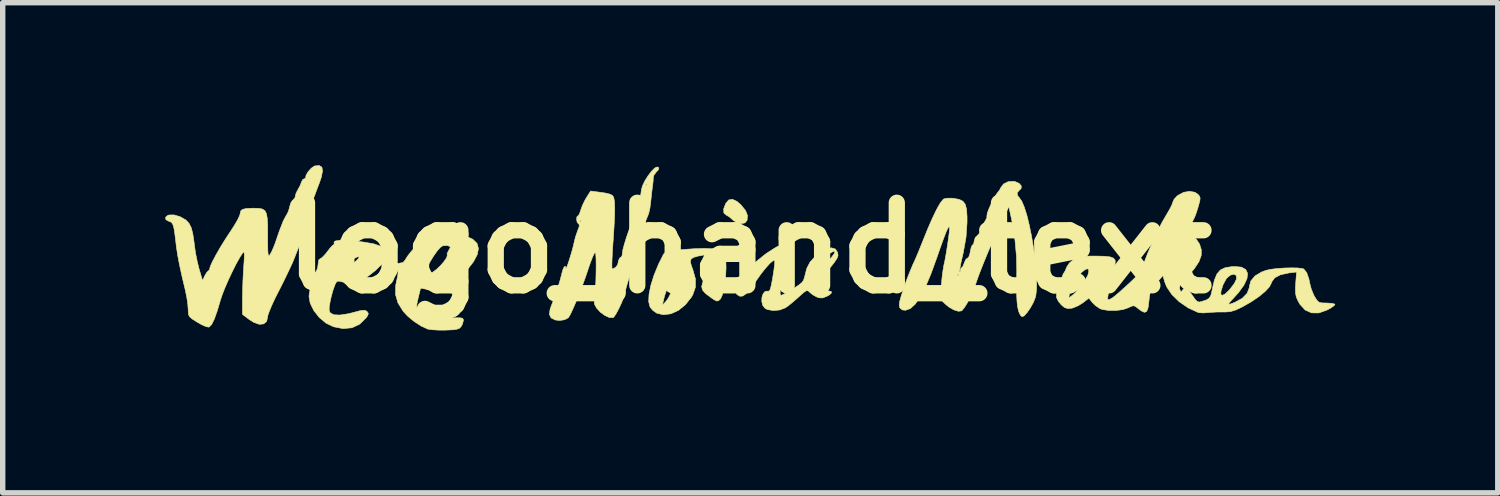
<source format=kicad_pcb>
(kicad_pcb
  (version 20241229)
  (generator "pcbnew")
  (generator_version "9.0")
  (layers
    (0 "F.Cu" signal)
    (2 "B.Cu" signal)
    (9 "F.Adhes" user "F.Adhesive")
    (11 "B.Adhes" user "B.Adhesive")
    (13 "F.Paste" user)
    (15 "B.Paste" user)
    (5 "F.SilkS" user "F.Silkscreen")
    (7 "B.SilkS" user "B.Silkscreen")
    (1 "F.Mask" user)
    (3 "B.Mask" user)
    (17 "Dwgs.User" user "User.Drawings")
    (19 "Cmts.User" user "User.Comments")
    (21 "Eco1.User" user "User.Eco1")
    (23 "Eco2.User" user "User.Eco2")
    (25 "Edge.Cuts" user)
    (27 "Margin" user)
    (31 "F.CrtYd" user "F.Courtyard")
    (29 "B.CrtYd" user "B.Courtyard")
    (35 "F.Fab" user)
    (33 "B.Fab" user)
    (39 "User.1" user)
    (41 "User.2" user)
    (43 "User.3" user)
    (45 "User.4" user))
  (footprint "logo_hand_text"
    (layer "F.Cu")
    (at 10.781 1.527)
    (property "Reference" "logo_hand_text" (at 0 0 0) (layer "F.SilkS") (effects (font (size 1.524 1.524) (thickness 0.3))))
    (attr through_hole)
    (fp_poly (pts (xy -0.228 -0.859) (xy -0.159 -0.799) (xy -0.072 -0.694) (xy -0.034 -0.6) (xy -0.042 -0.51) (xy -0.082 -0.463) (xy -0.15 -0.449) (xy -0.23 -0.467) (xy -0.304 -0.515) (xy -0.31 -0.522) (xy -0.371 -0.575) (xy -0.427 -0.608) (xy -0.428 -0.608) (xy -0.471 -0.647) (xy -0.474 -0.72) (xy -0.437 -0.82) (xy -0.437 -0.82) (xy -0.382 -0.886) (xy -0.313 -0.899) (xy -0.228 -0.859)) (stroke (width 0.01) (type solid)) (fill yes) (layer "F.SilkS"))
    (fp_poly (pts (xy -0.683 0.015) (xy -0.581 0.04) (xy -0.51 0.083) (xy -0.462 0.148) (xy -0.449 0.176) (xy -0.433 0.252) (xy -0.43 0.363) (xy -0.436 0.496) (xy -0.451 0.634) (xy -0.473 0.764) (xy -0.5 0.869) (xy -0.53 0.936) (xy -0.536 0.943) (xy -0.57 0.974) (xy -0.601 0.979) (xy -0.646 0.958) (xy -0.708 0.916) (xy -0.809 0.84) (xy -0.865 0.776) (xy -0.88 0.712) (xy -0.861 0.633) (xy -0.836 0.576) (xy -0.778 0.441) (xy -0.734 0.309) (xy -0.709 0.199) (xy -0.706 0.159) (xy -0.713 0.126) (xy -0.747 0.117) (xy -0.811 0.125) (xy -0.947 0.15) (xy -1.034 0.175) (xy -1.078 0.208) (xy -1.088 0.258) (xy -1.069 0.331) (xy -1.044 0.397) (xy -0.995 0.57) (xy -0.995 0.723) (xy -1.045 0.866) (xy -1.068 0.906) (xy -1.181 1.048) (xy -1.311 1.153) (xy -1.449 1.215) (xy -1.588 1.232) (xy -1.707 1.204) (xy -1.781 1.153) (xy -1.833 1.09) (xy -1.842 1.053) (xy -1.605 1.053) (xy -1.546 0.994) (xy -1.497 0.927) (xy -1.454 0.841) (xy -1.449 0.827) (xy -1.424 0.728) (xy -1.413 0.63) (xy -1.413 0.621) (xy -1.414 0.522) (xy -1.482 0.666) (xy -1.527 0.774) (xy -1.565 0.885) (xy -1.577 0.932) (xy -1.605 1.053) (xy -1.842 1.053) (xy -1.858 0.992) (xy -1.852 0.856) (xy -1.819 0.691) (xy -1.76 0.503) (xy -1.677 0.301) (xy -1.583 0.113) (xy -1.558 0.088) (xy -1.51 0.068) (xy -1.43 0.051) (xy -1.312 0.037) (xy -1.149 0.023) (xy -1.012 0.014) (xy -0.824 0.008) (xy -0.683 0.015)) (stroke (width 0.01) (type solid)) (fill yes) (layer "F.SilkS"))
    (fp_poly (pts (xy -7.288 -0.128) (xy -7.126 -0.11) (xy -6.935 -0.077) (xy -6.799 -0.03) (xy -6.718 0.032) (xy -6.69 0.108) (xy -6.716 0.201) (xy -6.795 0.311) (xy -6.903 0.417) (xy -7.065 0.542) (xy -7.215 0.618) (xy -7.359 0.646) (xy -7.506 0.629) (xy -7.526 0.623) (xy -7.585 0.611) (xy -7.619 0.625) (xy -7.648 0.677) (xy -7.658 0.704) (xy -7.688 0.791) (xy -7.719 0.905) (xy -7.736 0.981) (xy -7.754 1.083) (xy -7.756 1.146) (xy -7.743 1.186) (xy -7.735 1.197) (xy -7.669 1.233) (xy -7.557 1.238) (xy -7.401 1.214) (xy -7.295 1.187) (xy -7.19 1.159) (xy -7.124 1.149) (xy -7.084 1.154) (xy -7.057 1.172) (xy -7.033 1.206) (xy -7.043 1.245) (xy -7.073 1.289) (xy -7.192 1.406) (xy -7.335 1.473) (xy -7.5 1.488) (xy -7.676 1.454) (xy -7.814 1.387) (xy -7.938 1.283) (xy -8.039 1.155) (xy -8.106 1.018) (xy -8.128 0.894) (xy -8.12 0.826) (xy -8.099 0.731) (xy -8.07 0.625) (xy -8.039 0.527) (xy -8.01 0.454) (xy -7.994 0.428) (xy -7.976 0.389) (xy -7.499 0.389) (xy -7.485 0.395) (xy -7.447 0.379) (xy -7.383 0.338) (xy -7.335 0.303) (xy -7.254 0.235) (xy -7.21 0.187) (xy -7.204 0.162) (xy -7.237 0.165) (xy -7.311 0.203) (xy -7.312 0.203) (xy -7.387 0.255) (xy -7.45 0.31) (xy -7.49 0.357) (xy -7.499 0.389) (xy -7.976 0.389) (xy -7.97 0.376) (xy -7.959 0.299) (xy -7.959 0.294) (xy -7.949 0.222) (xy -7.921 0.198) (xy -7.885 0.176) (xy -7.832 0.121) (xy -7.792 0.071) (xy -7.738 0.001) (xy -7.694 -0.046) (xy -7.676 -0.056) (xy -7.662 -0.077) (xy -7.666 -0.099) (xy -7.652 -0.126) (xy -7.583 -0.14) (xy -7.462 -0.14) (xy -7.288 -0.128)) (stroke (width 0.01) (type solid)) (fill yes) (layer "F.SilkS"))
    (fp_poly (pts (xy -5.552 -0.274) (xy -5.371 -0.249) (xy -5.219 -0.212) (xy -5.108 -0.163) (xy -5.101 -0.158) (xy -5.026 -0.084) (xy -5 0.01) (xy -5.022 0.122) (xy -5.093 0.256) (xy -5.215 0.412) (xy -5.33 0.537) (xy -5.459 0.657) (xy -5.571 0.735) (xy -5.681 0.775) (xy -5.8 0.783) (xy -5.909 0.77) (xy -6.068 0.742) (xy -6.093 0.844) (xy -6.121 0.96) (xy -6.136 1.034) (xy -6.139 1.081) (xy -6.132 1.113) (xy -6.124 1.129) (xy -6.085 1.167) (xy -6.012 1.212) (xy -5.951 1.241) (xy -5.869 1.272) (xy -5.792 1.29) (xy -5.701 1.296) (xy -5.577 1.295) (xy -5.54 1.293) (xy -5.417 1.288) (xy -5.34 1.289) (xy -5.299 1.296) (xy -5.282 1.312) (xy -5.278 1.339) (xy -5.278 1.339) (xy -5.296 1.407) (xy -5.322 1.453) (xy -5.351 1.482) (xy -5.396 1.499) (xy -5.469 1.51) (xy -5.583 1.515) (xy -5.61 1.516) (xy -5.733 1.516) (xy -5.843 1.51) (xy -5.92 1.5) (xy -5.935 1.497) (xy -6.056 1.442) (xy -6.187 1.357) (xy -6.309 1.256) (xy -6.39 1.168) (xy -6.486 1.013) (xy -6.531 0.859) (xy -6.528 0.694) (xy -6.512 0.613) (xy -6.49 0.511) (xy -6.486 0.473) (xy -5.991 0.473) (xy -5.983 0.505) (xy -5.939 0.498) (xy -5.857 0.454) (xy -5.834 0.44) (xy -5.767 0.389) (xy -5.697 0.322) (xy -5.635 0.249) (xy -5.591 0.185) (xy -5.575 0.141) (xy -5.578 0.132) (xy -5.577 0.099) (xy -5.549 0.044) (xy -5.549 0.044) (xy -5.52 -0.007) (xy -5.529 -0.03) (xy -5.575 -0.045) (xy -5.658 -0.041) (xy -5.702 -0.013) (xy -5.762 0.055) (xy -5.833 0.156) (xy -5.903 0.271) (xy -5.959 0.382) (xy -5.968 0.403) (xy -5.991 0.473) (xy -6.486 0.473) (xy -6.484 0.444) (xy -6.494 0.393) (xy -6.509 0.36) (xy -6.533 0.306) (xy -6.522 0.285) (xy -6.464 0.282) (xy -6.463 0.282) (xy -6.39 0.267) (xy -6.351 0.219) (xy -6.318 0.164) (xy -6.26 0.087) (xy -6.209 0.028) (xy -6.131 -0.059) (xy -6.057 -0.146) (xy -6.021 -0.191) (xy -5.979 -0.239) (xy -5.939 -0.266) (xy -5.883 -0.279) (xy -5.794 -0.282) (xy -5.749 -0.282) (xy -5.552 -0.274)) (stroke (width 0.01) (type solid)) (fill yes) (layer "F.SilkS"))
    (fp_poly (pts (xy 0.604 -0.044) (xy 0.64 -0.028) (xy 0.645 -0.025) (xy 0.688 0.008) (xy 0.709 0.051) (xy 0.708 0.117) (xy 0.687 0.214) (xy 0.649 0.34) (xy 0.619 0.447) (xy 0.595 0.564) (xy 0.578 0.678) (xy 0.569 0.777) (xy 0.569 0.846) (xy 0.582 0.875) (xy 0.583 0.875) (xy 0.618 0.861) (xy 0.687 0.824) (xy 0.777 0.771) (xy 0.805 0.754) (xy 0.906 0.689) (xy 0.968 0.64) (xy 1.001 0.594) (xy 1.018 0.54) (xy 1.019 0.536) (xy 1.058 0.382) (xy 1.074 0.35) (xy 1.298 0.35) (xy 1.315 0.36) (xy 1.359 0.334) (xy 1.42 0.28) (xy 1.489 0.206) (xy 1.507 0.185) (xy 1.565 0.107) (xy 1.581 0.065) (xy 1.557 0.061) (xy 1.492 0.095) (xy 1.481 0.102) (xy 1.429 0.148) (xy 1.372 0.217) (xy 1.324 0.287) (xy 1.299 0.342) (xy 1.298 0.35) (xy 1.074 0.35) (xy 1.12 0.261) (xy 1.215 0.156) (xy 1.31 0.081) (xy 1.421 0.017) (xy 1.515 -0.003) (xy 1.587 0.019) (xy 1.629 0.082) (xy 1.637 0.142) (xy 1.619 0.189) (xy 1.572 0.261) (xy 1.511 0.34) (xy 1.446 0.412) (xy 1.391 0.462) (xy 1.368 0.474) (xy 1.343 0.505) (xy 1.321 0.573) (xy 1.313 0.612) (xy 1.307 0.709) (xy 1.33 0.763) (xy 1.39 0.787) (xy 1.446 0.79) (xy 1.508 0.8) (xy 1.518 0.827) (xy 1.478 0.866) (xy 1.427 0.894) (xy 1.351 0.922) (xy 1.289 0.92) (xy 1.246 0.905) (xy 1.169 0.863) (xy 1.113 0.817) (xy 1.087 0.792) (xy 1.06 0.787) (xy 1.022 0.807) (xy 0.961 0.858) (xy 0.906 0.908) (xy 0.816 0.987) (xy 0.73 1.058) (xy 0.665 1.104) (xy 0.663 1.105) (xy 0.561 1.144) (xy 0.444 1.155) (xy 0.336 1.137) (xy 0.289 1.113) (xy 0.247 1.06) (xy 0.229 0.986) (xy 0.233 0.908) (xy 0.256 0.841) (xy 0.295 0.799) (xy 0.345 0.797) (xy 0.366 0.795) (xy 0.385 0.764) (xy 0.403 0.697) (xy 0.425 0.585) (xy 0.434 0.53) (xy 0.453 0.41) (xy 0.465 0.312) (xy 0.469 0.248) (xy 0.466 0.231) (xy 0.435 0.237) (xy 0.379 0.284) (xy 0.305 0.366) (xy 0.217 0.476) (xy 0.123 0.608) (xy 0.11 0.626) (xy 0.016 0.758) (xy -0.059 0.844) (xy -0.121 0.887) (xy -0.175 0.891) (xy -0.226 0.86) (xy -0.228 0.859) (xy -0.269 0.797) (xy -0.282 0.725) (xy -0.266 0.664) (xy -0.233 0.636) (xy -0.194 0.608) (xy -0.132 0.545) (xy -0.06 0.46) (xy -0.031 0.424) (xy 0.119 0.257) (xy 0.296 0.114) (xy 0.346 0.08) (xy 0.451 0.012) (xy 0.521 -0.029) (xy 0.568 -0.046) (xy 0.604 -0.044)) (stroke (width 0.01) (type solid)) (fill yes) (layer "F.SilkS"))
    (fp_poly (pts (xy 4.905 -1.225) (xy 4.981 -1.191) (xy 5.02 -1.144) (xy 5.015 -1.095) (xy 4.984 -1.067) (xy 4.943 -1.019) (xy 4.953 -0.962) (xy 4.978 -0.934) (xy 5.026 -0.868) (xy 5.074 -0.755) (xy 5.122 -0.604) (xy 5.166 -0.424) (xy 5.207 -0.225) (xy 5.243 -0.014) (xy 5.272 0.197) (xy 5.292 0.401) (xy 5.303 0.588) (xy 5.302 0.749) (xy 5.288 0.875) (xy 5.277 0.919) (xy 5.239 1.012) (xy 5.185 1.108) (xy 5.127 1.192) (xy 5.074 1.25) (xy 5.037 1.27) (xy 5.005 1.245) (xy 4.974 1.179) (xy 4.966 1.151) (xy 4.951 1.083) (xy 4.941 0.998) (xy 4.935 0.889) (xy 4.933 0.746) (xy 4.934 0.561) (xy 4.936 0.423) (xy 4.93 0.153) (xy 4.903 -0.143) (xy 4.858 -0.438) (xy 4.837 -0.543) (xy 4.79 -0.761) (xy 4.698 -0.571) (xy 4.601 -0.365) (xy 4.502 -0.147) (xy 4.407 0.072) (xy 4.321 0.281) (xy 4.248 0.467) (xy 4.193 0.618) (xy 4.179 0.663) (xy 4.137 0.778) (xy 4.083 0.899) (xy 4.024 1.012) (xy 3.968 1.102) (xy 3.922 1.157) (xy 3.915 1.161) (xy 3.858 1.168) (xy 3.776 1.143) (xy 3.686 1.092) (xy 3.62 1.038) (xy 3.525 0.945) (xy 3.543 0.691) (xy 3.555 0.561) (xy 3.563 0.494) (xy 3.838 0.494) (xy 3.852 0.508) (xy 3.866 0.494) (xy 3.852 0.48) (xy 3.838 0.494) (xy 3.563 0.494) (xy 3.57 0.439) (xy 3.585 0.345) (xy 3.589 0.325) (xy 3.609 0.233) (xy 3.631 0.111) (xy 3.653 -0.025) (xy 3.673 -0.158) (xy 3.688 -0.273) (xy 3.695 -0.353) (xy 3.695 -0.367) (xy 3.689 -0.395) (xy 3.669 -0.373) (xy 3.634 -0.301) (xy 3.586 -0.176) (xy 3.522 0.001) (xy 3.459 0.183) (xy 3.352 0.478) (xy 3.251 0.718) (xy 3.154 0.904) (xy 3.061 1.037) (xy 2.97 1.119) (xy 2.882 1.15) (xy 2.822 1.143) (xy 2.775 1.102) (xy 2.766 1.049) (xy 2.776 0.982) (xy 2.806 0.876) (xy 2.849 0.742) (xy 2.902 0.593) (xy 2.961 0.442) (xy 3.021 0.299) (xy 3.049 0.24) (xy 3.085 0.158) (xy 3.132 0.045) (xy 3.18 -0.075) (xy 3.186 -0.089) (xy 3.287 -0.34) (xy 3.378 -0.549) (xy 3.457 -0.713) (xy 3.524 -0.83) (xy 3.577 -0.896) (xy 3.591 -0.906) (xy 3.647 -0.918) (xy 3.734 -0.919) (xy 3.784 -0.914) (xy 3.878 -0.895) (xy 3.944 -0.861) (xy 3.986 -0.804) (xy 4.009 -0.714) (xy 4.018 -0.582) (xy 4.018 -0.467) (xy 3.999 -0.196) (xy 3.949 0.084) (xy 3.94 0.124) (xy 3.911 0.248) (xy 3.891 0.351) (xy 3.88 0.421) (xy 3.88 0.446) (xy 3.892 0.437) (xy 3.895 0.414) (xy 3.906 0.373) (xy 3.917 0.367) (xy 3.939 0.343) (xy 3.964 0.284) (xy 3.967 0.275) (xy 3.993 0.215) (xy 4.023 0.189) (xy 4.026 0.189) (xy 4.049 0.168) (xy 4.07 0.107) (xy 4.077 0.07) (xy 4.093 -0.006) (xy 4.113 -0.051) (xy 4.122 -0.056) (xy 4.142 -0.081) (xy 4.149 -0.126) (xy 4.17 -0.193) (xy 4.203 -0.225) (xy 4.248 -0.272) (xy 4.275 -0.337) (xy 4.308 -0.423) (xy 4.348 -0.49) (xy 4.382 -0.552) (xy 4.386 -0.604) (xy 4.392 -0.644) (xy 4.419 -0.717) (xy 4.46 -0.808) (xy 4.507 -0.902) (xy 4.554 -0.983) (xy 4.591 -1.036) (xy 4.6 -1.044) (xy 4.625 -1.08) (xy 4.636 -1.106) (xy 4.691 -1.181) (xy 4.78 -1.225) (xy 4.885 -1.229) (xy 4.905 -1.225)) (stroke (width 0.01) (type solid)) (fill yes) (layer "F.SilkS"))
    (fp_poly (pts (xy -7.89 -1.491) (xy -7.878 -1.42) (xy -7.9 -1.308) (xy -7.932 -1.213) (xy -7.971 -1.111) (xy -8.006 -1.017) (xy -8.021 -0.974) (xy -8.051 -0.903) (xy -8.079 -0.854) (xy -8.097 -0.806) (xy -8.111 -0.727) (xy -8.114 -0.694) (xy -8.129 -0.592) (xy -8.162 -0.455) (xy -8.208 -0.304) (xy -8.261 -0.155) (xy -8.284 -0.099) (xy -8.312 -0.03) (xy -8.352 0.071) (xy -8.395 0.181) (xy -8.396 0.183) (xy -8.436 0.28) (xy -8.497 0.411) (xy -8.57 0.563) (xy -8.648 0.72) (xy -8.681 0.784) (xy -8.753 0.926) (xy -8.814 1.057) (xy -8.859 1.165) (xy -8.886 1.24) (xy -8.89 1.265) (xy -8.909 1.353) (xy -8.963 1.401) (xy -9.044 1.409) (xy -9.145 1.374) (xy -9.234 1.318) (xy -9.356 1.225) (xy -9.356 0.944) (xy -9.353 0.787) (xy -9.347 0.603) (xy -9.338 0.424) (xy -9.333 0.353) (xy -9.324 0.219) (xy -9.321 0.133) (xy -9.323 0.088) (xy -9.332 0.076) (xy -9.349 0.09) (xy -9.356 0.099) (xy -9.407 0.177) (xy -9.472 0.293) (xy -9.543 0.435) (xy -9.615 0.588) (xy -9.68 0.737) (xy -9.732 0.869) (xy -9.762 0.961) (xy -9.822 1.164) (xy -9.875 1.312) (xy -9.923 1.409) (xy -9.966 1.456) (xy -9.981 1.461) (xy -10.03 1.451) (xy -10.109 1.416) (xy -10.195 1.367) (xy -10.281 1.312) (xy -10.33 1.27) (xy -10.352 1.228) (xy -10.357 1.168) (xy -10.358 1.132) (xy -10.365 1.038) (xy -10.383 0.915) (xy -10.409 0.787) (xy -10.412 0.774) (xy -10.471 0.526) (xy -10.516 0.32) (xy -10.55 0.143) (xy -10.575 -0.018) (xy -10.586 -0.112) (xy -10.604 -0.261) (xy -10.62 -0.363) (xy -10.638 -0.428) (xy -10.66 -0.465) (xy -10.689 -0.485) (xy -10.713 -0.492) (xy -10.769 -0.523) (xy -10.776 -0.565) (xy -10.734 -0.602) (xy -10.712 -0.609) (xy -10.618 -0.61) (xy -10.509 -0.578) (xy -10.407 -0.521) (xy -10.393 -0.51) (xy -10.341 -0.453) (xy -10.302 -0.375) (xy -10.273 -0.266) (xy -10.25 -0.115) (xy -10.244 -0.061) (xy -10.223 0.087) (xy -10.191 0.248) (xy -10.156 0.388) (xy -10.156 0.388) (xy -10.093 0.601) (xy -10.051 0.512) (xy -10.017 0.453) (xy -9.988 0.424) (xy -9.986 0.423) (xy -9.964 0.401) (xy -9.962 0.385) (xy -9.947 0.333) (xy -9.906 0.243) (xy -9.843 0.125) (xy -9.765 -0.011) (xy -9.676 -0.155) (xy -9.582 -0.299) (xy -9.577 -0.305) (xy -9.505 -0.417) (xy -9.446 -0.518) (xy -9.409 -0.596) (xy -9.398 -0.634) (xy -9.388 -0.683) (xy -9.353 -0.713) (xy -9.282 -0.729) (xy -9.166 -0.734) (xy -9.146 -0.734) (xy -9.055 -0.731) (xy -8.989 -0.719) (xy -8.943 -0.69) (xy -8.914 -0.635) (xy -8.898 -0.547) (xy -8.891 -0.42) (xy -8.89 -0.244) (xy -8.89 -0.224) (xy -8.89 -0.067) (xy -8.888 0.042) (xy -8.883 0.108) (xy -8.876 0.138) (xy -8.864 0.141) (xy -8.848 0.122) (xy -8.846 0.12) (xy -8.812 0.057) (xy -8.773 -0.034) (xy -8.751 -0.091) (xy -8.715 -0.197) (xy -8.68 -0.298) (xy -8.665 -0.339) (xy -8.604 -0.497) (xy -8.547 -0.604) (xy -8.535 -0.621) (xy -8.508 -0.676) (xy -8.485 -0.756) (xy -8.484 -0.766) (xy -8.461 -0.838) (xy -8.43 -0.882) (xy -8.424 -0.885) (xy -8.388 -0.924) (xy -8.382 -0.952) (xy -8.366 -1.013) (xy -8.337 -1.068) (xy -8.293 -1.148) (xy -8.27 -1.208) (xy -8.245 -1.261) (xy -8.217 -1.277) (xy -8.191 -1.287) (xy -8.191 -1.297) (xy -8.181 -1.346) (xy -8.141 -1.411) (xy -8.086 -1.472) (xy -8.032 -1.51) (xy -8.022 -1.514) (xy -7.938 -1.522) (xy -7.89 -1.491)) (stroke (width 0.01) (type solid)) (fill yes) (layer "F.SilkS"))
    (fp_poly (pts (xy -1.669 -1.481) (xy -1.68 -1.442) (xy -1.72 -1.399) (xy -1.761 -1.344) (xy -1.773 -1.303) (xy -1.775 -1.245) (xy -1.784 -1.162) (xy -1.787 -1.143) (xy -1.798 -1.055) (xy -1.811 -0.938) (xy -1.822 -0.833) (xy -1.837 -0.725) (xy -1.859 -0.633) (xy -1.881 -0.579) (xy -1.909 -0.51) (xy -1.919 -0.438) (xy -1.929 -0.369) (xy -1.954 -0.268) (xy -1.989 -0.159) (xy -1.99 -0.158) (xy -2.024 -0.056) (xy -2.05 0.029) (xy -2.06 0.08) (xy -2.06 0.082) (xy -2.073 0.14) (xy -2.097 0.198) (xy -2.127 0.269) (xy -2.161 0.363) (xy -2.171 0.395) (xy -2.205 0.506) (xy -2.241 0.621) (xy -2.248 0.643) (xy -2.271 0.723) (xy -2.285 0.781) (xy -2.286 0.793) (xy -2.298 0.85) (xy -2.328 0.937) (xy -2.37 1.037) (xy -2.417 1.136) (xy -2.463 1.22) (xy -2.5 1.274) (xy -2.514 1.285) (xy -2.586 1.283) (xy -2.669 1.245) (xy -2.751 1.184) (xy -2.819 1.11) (xy -2.86 1.035) (xy -2.862 0.976) (xy -2.852 0.923) (xy -2.844 0.83) (xy -2.837 0.709) (xy -2.832 0.573) (xy -2.829 0.433) (xy -2.828 0.302) (xy -2.83 0.191) (xy -2.835 0.114) (xy -2.842 0.082) (xy -2.86 0.097) (xy -2.89 0.158) (xy -2.928 0.255) (xy -2.972 0.38) (xy -2.974 0.388) (xy -3.028 0.547) (xy -3.088 0.712) (xy -3.151 0.873) (xy -3.211 1.021) (xy -3.266 1.146) (xy -3.31 1.238) (xy -3.341 1.287) (xy -3.342 1.288) (xy -3.409 1.324) (xy -3.502 1.338) (xy -3.582 1.329) (xy -3.659 1.291) (xy -3.691 1.227) (xy -3.678 1.131) (xy -3.665 1.094) (xy -3.629 0.998) (xy -3.597 0.908) (xy -3.59 0.889) (xy -3.56 0.801) (xy -3.527 0.707) (xy -3.527 0.706) (xy -3.499 0.615) (xy -3.47 0.507) (xy -3.462 0.473) (xy -3.439 0.393) (xy -3.414 0.345) (xy -3.395 0.337) (xy -3.385 0.374) (xy -3.378 0.371) (xy -3.359 0.325) (xy -3.333 0.25) (xy -3.304 0.158) (xy -3.275 0.06) (xy -3.251 -0.03) (xy -3.235 -0.1) (xy -3.234 -0.105) (xy -3.209 -0.204) (xy -3.173 -0.308) (xy -3.168 -0.322) (xy -3.14 -0.397) (xy -3.141 -0.435) (xy -3.154 -0.445) (xy -3.178 -0.474) (xy -3.182 -0.494) (xy -3.133 -0.494) (xy -3.119 -0.48) (xy -3.104 -0.494) (xy -3.119 -0.508) (xy -3.133 -0.494) (xy -3.182 -0.494) (xy -3.189 -0.526) (xy -3.183 -0.574) (xy -3.164 -0.593) (xy -3.142 -0.617) (xy -3.118 -0.678) (xy -3.113 -0.699) (xy -3.08 -0.788) (xy -3.031 -0.889) (xy -3.008 -0.928) (xy -2.93 -1.051) (xy -2.784 -1.032) (xy -2.659 -1.014) (xy -2.578 -0.995) (xy -2.531 -0.973) (xy -2.508 -0.942) (xy -2.501 -0.922) (xy -2.489 -0.852) (xy -2.485 -0.746) (xy -2.487 -0.601) (xy -2.496 -0.41) (xy -2.511 -0.169) (xy -2.517 -0.093) (xy -2.527 0.063) (xy -2.534 0.197) (xy -2.537 0.302) (xy -2.536 0.367) (xy -2.533 0.384) (xy -2.503 0.38) (xy -2.462 0.35) (xy -2.431 0.309) (xy -2.426 0.29) (xy -2.416 0.233) (xy -2.391 0.184) (xy -2.369 0.169) (xy -2.35 0.145) (xy -2.342 0.087) (xy -2.333 0.027) (xy -2.307 -0.071) (xy -2.27 -0.191) (xy -2.242 -0.273) (xy -2.199 -0.394) (xy -2.164 -0.501) (xy -2.141 -0.578) (xy -2.135 -0.607) (xy -2.116 -0.679) (xy -2.098 -0.72) (xy -2.07 -0.777) (xy -2.06 -0.804) (xy -2.045 -0.85) (xy -2.026 -0.903) (xy -2.005 -0.981) (xy -1.992 -1.073) (xy -1.991 -1.079) (xy -1.972 -1.15) (xy -1.961 -1.171) (xy -1.919 -1.171) (xy -1.905 -1.157) (xy -1.891 -1.171) (xy -1.905 -1.185) (xy -1.919 -1.171) (xy -1.961 -1.171) (xy -1.928 -1.24) (xy -1.869 -1.333) (xy -1.806 -1.416) (xy -1.747 -1.475) (xy -1.704 -1.496) (xy -1.669 -1.481)) (stroke (width 0.01) (type solid)) (fill yes) (layer "F.SilkS"))
    (fp_poly (pts (xy 8.224 -1.028) (xy 8.283 -0.988) (xy 8.31 -0.954) (xy 8.32 -0.92) (xy 8.314 -0.868) (xy 8.291 -0.783) (xy 8.283 -0.755) (xy 8.253 -0.659) (xy 8.226 -0.585) (xy 8.21 -0.55) (xy 8.188 -0.507) (xy 8.159 -0.434) (xy 8.148 -0.402) (xy 8.124 -0.327) (xy 8.123 -0.283) (xy 8.15 -0.251) (xy 8.184 -0.226) (xy 8.249 -0.162) (xy 8.305 -0.079) (xy 8.311 -0.068) (xy 8.343 0.036) (xy 8.34 0.141) (xy 8.298 0.254) (xy 8.213 0.382) (xy 8.085 0.532) (xy 8.05 0.568) (xy 7.98 0.647) (xy 7.946 0.702) (xy 7.941 0.747) (xy 7.945 0.763) (xy 7.963 0.806) (xy 7.981 0.799) (xy 7.992 0.781) (xy 8.027 0.741) (xy 8.07 0.746) (xy 8.124 0.799) (xy 8.176 0.874) (xy 8.23 0.951) (xy 8.268 0.989) (xy 8.305 0.998) (xy 8.346 0.989) (xy 8.436 0.959) (xy 8.489 0.925) (xy 8.52 0.871) (xy 8.523 0.858) (xy 8.702 0.858) (xy 8.729 0.875) (xy 8.781 0.85) (xy 8.851 0.784) (xy 8.861 0.773) (xy 8.951 0.657) (xy 8.993 0.569) (xy 8.987 0.51) (xy 8.98 0.502) (xy 8.939 0.484) (xy 8.876 0.503) (xy 8.875 0.503) (xy 8.804 0.565) (xy 8.743 0.678) (xy 8.705 0.799) (xy 8.702 0.858) (xy 8.523 0.858) (xy 8.541 0.78) (xy 8.545 0.758) (xy 8.583 0.595) (xy 8.63 0.48) (xy 8.694 0.406) (xy 8.785 0.363) (xy 8.909 0.344) (xy 8.961 0.342) (xy 9.084 0.354) (xy 9.163 0.398) (xy 9.196 0.469) (xy 9.185 0.566) (xy 9.129 0.685) (xy 9.029 0.823) (xy 8.938 0.924) (xy 8.871 0.996) (xy 8.847 1.033) (xy 8.867 1.038) (xy 8.932 1.015) (xy 8.969 1) (xy 9.1 0.927) (xy 9.188 0.836) (xy 9.227 0.735) (xy 9.229 0.712) (xy 9.256 0.608) (xy 9.333 0.516) (xy 9.455 0.443) (xy 9.54 0.412) (xy 9.628 0.393) (xy 9.744 0.379) (xy 9.875 0.37) (xy 10.004 0.367) (xy 10.118 0.369) (xy 10.201 0.378) (xy 10.233 0.388) (xy 10.287 0.455) (xy 10.328 0.573) (xy 10.343 0.649) (xy 10.371 0.756) (xy 10.416 0.867) (xy 10.432 0.896) (xy 10.475 0.965) (xy 10.513 1.001) (xy 10.568 1.014) (xy 10.655 1.016) (xy 10.74 1.021) (xy 10.796 1.032) (xy 10.809 1.044) (xy 10.786 1.07) (xy 10.726 1.111) (xy 10.663 1.145) (xy 10.512 1.199) (xy 10.377 1.198) (xy 10.259 1.145) (xy 10.161 1.038) (xy 10.129 0.981) (xy 10.096 0.908) (xy 10.081 0.836) (xy 10.079 0.745) (xy 10.084 0.654) (xy 10.1 0.444) (xy 9.962 0.46) (xy 9.805 0.494) (xy 9.697 0.55) (xy 9.64 0.628) (xy 9.633 0.651) (xy 9.597 0.72) (xy 9.517 0.805) (xy 9.403 0.899) (xy 9.262 0.994) (xy 9.104 1.085) (xy 9.088 1.093) (xy 8.973 1.146) (xy 8.881 1.174) (xy 8.787 1.182) (xy 8.749 1.181) (xy 8.631 1.182) (xy 8.512 1.188) (xy 8.467 1.193) (xy 8.376 1.199) (xy 8.301 1.194) (xy 8.283 1.19) (xy 8.099 1.105) (xy 7.934 0.992) (xy 7.798 0.859) (xy 7.702 0.716) (xy 7.669 0.633) (xy 7.633 0.51) (xy 7.512 0.65) (xy 7.446 0.731) (xy 7.408 0.798) (xy 7.387 0.874) (xy 7.375 0.982) (xy 7.374 0.988) (xy 7.359 1.106) (xy 7.333 1.172) (xy 7.291 1.188) (xy 7.229 1.158) (xy 7.177 1.118) (xy 7.123 1.076) (xy 7.083 1.066) (xy 7.031 1.085) (xy 6.999 1.102) (xy 6.896 1.137) (xy 6.765 1.154) (xy 6.629 1.153) (xy 6.511 1.134) (xy 6.464 1.115) (xy 6.386 1.061) (xy 6.325 1) (xy 6.267 0.925) (xy 6.16 1.009) (xy 6.071 1.065) (xy 5.977 1.105) (xy 5.949 1.112) (xy 5.873 1.118) (xy 5.814 1.097) (xy 5.76 1.052) (xy 5.704 0.985) (xy 5.671 0.917) (xy 5.67 0.91) (xy 5.898 0.91) (xy 5.915 0.909) (xy 5.958 0.877) (xy 6.015 0.827) (xy 6.074 0.768) (xy 6.123 0.714) (xy 6.149 0.675) (xy 6.152 0.668) (xy 6.168 0.631) (xy 6.207 0.575) (xy 6.209 0.572) (xy 6.249 0.5) (xy 6.265 0.434) (xy 6.26 0.389) (xy 6.232 0.385) (xy 6.196 0.4) (xy 6.134 0.449) (xy 6.065 0.535) (xy 5.997 0.643) (xy 5.941 0.756) (xy 5.906 0.858) (xy 5.898 0.91) (xy 5.67 0.91) (xy 5.669 0.903) (xy 5.669 0.76) (xy 5.694 0.666) (xy 5.711 0.643) (xy 5.75 0.586) (xy 5.772 0.535) (xy 5.794 0.477) (xy 5.811 0.452) (xy 5.832 0.417) (xy 5.857 0.354) (xy 5.857 0.353) (xy 5.91 0.273) (xy 5.995 0.208) (xy 6.054 0.179) (xy 6.117 0.161) (xy 6.198 0.152) (xy 6.312 0.149) (xy 6.398 0.149) (xy 6.554 0.153) (xy 6.661 0.165) (xy 6.724 0.189) (xy 6.753 0.23) (xy 6.751 0.293) (xy 6.728 0.382) (xy 6.7 0.483) (xy 6.672 0.599) (xy 6.647 0.717) (xy 6.628 0.824) (xy 6.616 0.906) (xy 6.615 0.95) (xy 6.617 0.954) (xy 6.647 0.95) (xy 6.699 0.923) (xy 6.751 0.883) (xy 6.827 0.818) (xy 6.917 0.738) (xy 7.011 0.652) (xy 7.098 0.569) (xy 7.169 0.499) (xy 7.213 0.452) (xy 7.221 0.439) (xy 7.314 0.197) (xy 7.892 0.197) (xy 7.892 0.198) (xy 7.924 0.186) (xy 7.982 0.158) (xy 7.986 0.156) (xy 8.049 0.109) (xy 8.086 0.056) (xy 8.093 -0.004) (xy 8.086 -0.076) (xy 8.07 -0.139) (xy 8.049 -0.169) (xy 8.046 -0.169) (xy 8.026 -0.145) (xy 7.993 -0.081) (xy 7.954 0.008) (xy 7.952 0.014) (xy 7.918 0.104) (xy 7.896 0.17) (xy 7.892 0.197) (xy 7.314 0.197) (xy 7.352 0.098) (xy 7.483 -0.205) (xy 7.552 -0.343) (xy 7.809 -0.343) (xy 7.815 -0.339) (xy 7.843 -0.362) (xy 7.884 -0.422) (xy 7.919 -0.487) (xy 7.952 -0.561) (xy 7.958 -0.591) (xy 7.939 -0.578) (xy 7.899 -0.525) (xy 7.848 -0.445) (xy 7.816 -0.381) (xy 7.809 -0.343) (xy 7.552 -0.343) (xy 7.612 -0.464) (xy 7.703 -0.621) (xy 7.728 -0.663) (xy 7.987 -0.663) (xy 8.001 -0.649) (xy 8.015 -0.663) (xy 8.001 -0.677) (xy 7.987 -0.663) (xy 7.728 -0.663) (xy 7.758 -0.715) (xy 7.799 -0.796) (xy 7.817 -0.848) (xy 7.818 -0.852) (xy 7.839 -0.898) (xy 7.891 -0.955) (xy 7.912 -0.972) (xy 8.015 -1.027) (xy 8.125 -1.046) (xy 8.224 -1.028)) (stroke (width 0.01) (type solid)) (fill yes) (layer "F.SilkS")))
  (gr_rect
    (start -3 -3)
    (end 24.595 6.047)
    (stroke (width 0.1) (type default))
    (fill no)
    (layer "Edge.Cuts")))
</source>
